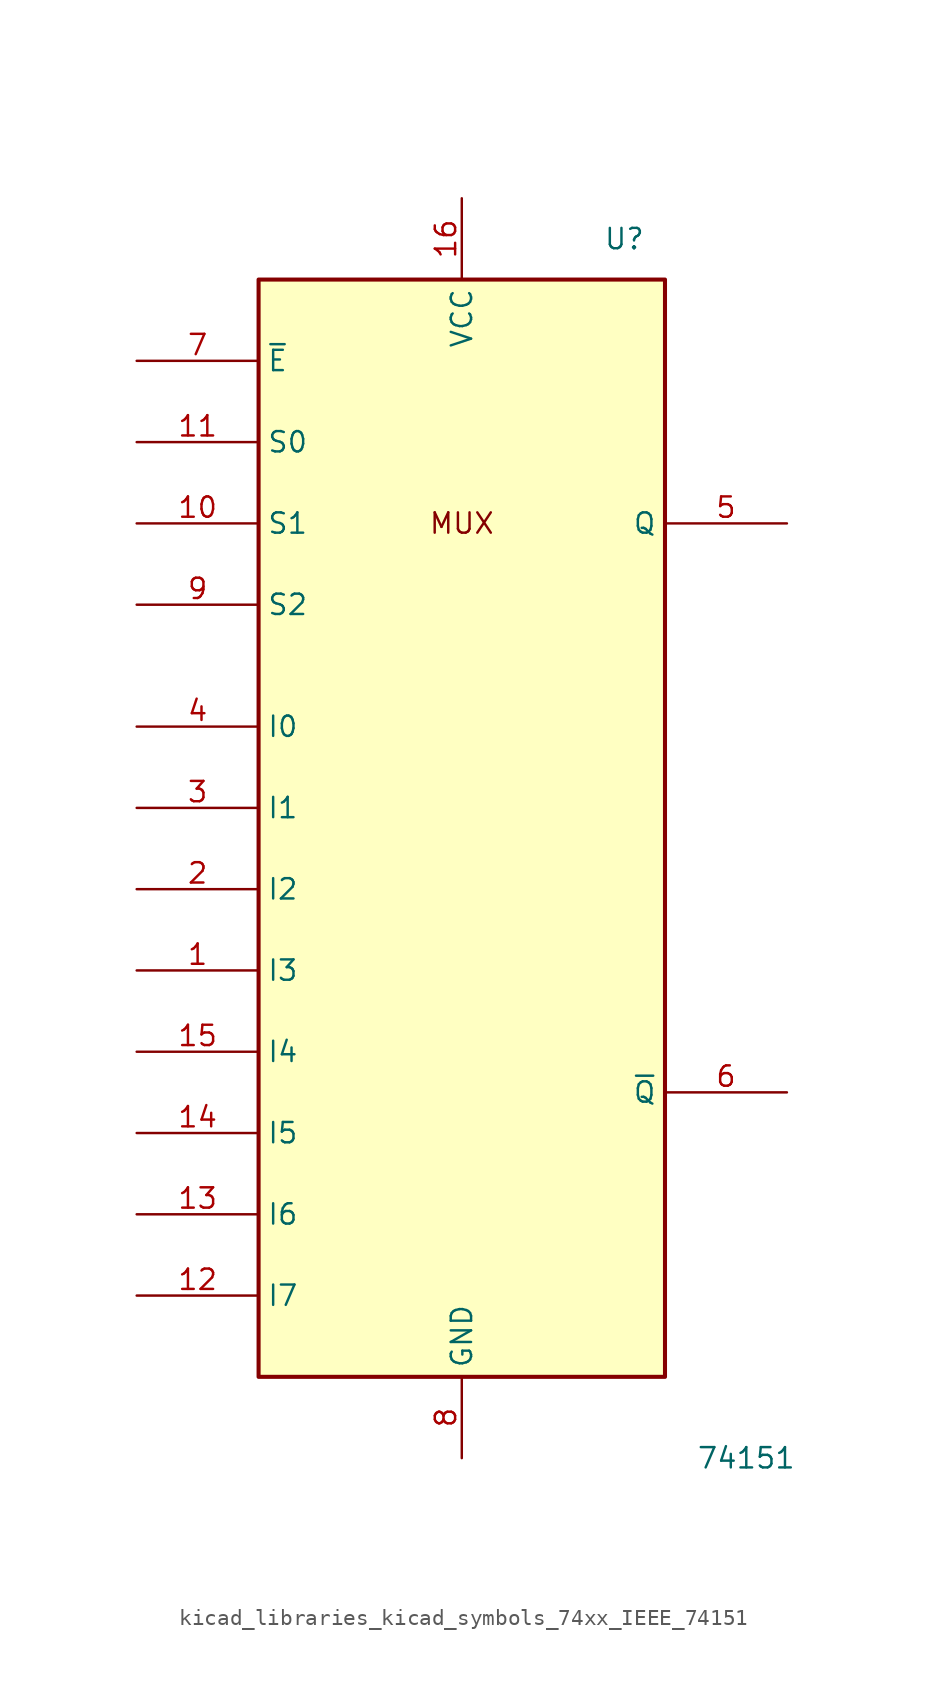
<source format=kicad_sym>
(kicad_symbol_lib
  (version 20220914)
  (generator kicad_symbol_editor)
  (symbol "kicad_libraries_kicad_symbols_74xx_IEEE_74151"
    (property "Reference" "U"
      (at 10.16 35.56 0)
      (effects (font (size 1.27 1.27))))
    (property "Value" "74151"
      (at 17.78 -40.64 0)
      (effects (font (size 1.27 1.27))))
    (symbol "kicad_libraries_kicad_symbols_74xx_IEEE_74151_0_0"
      (rectangle (start -12.7 33.02) (end 12.7 -35.56) (stroke (width 0.254) (type default)) (fill (type background)))
      (text "MUX" (at 0 17.78 0) (effects (font (size 1.27 1.27))))
      (pin power_in line (at 0 38.1 270) (length 5.08) (name "VCC" (effects (font (size 1.27 1.27)))) (number "16" (effects (font (size 1.27 1.27)))))
      (pin power_in line (at 0 -40.64 90) (length 5.08) (name "GND" (effects (font (size 1.27 1.27)))) (number "8" (effects (font (size 1.27 1.27))))))
    (symbol "kicad_libraries_kicad_symbols_74xx_IEEE_74151_1_1"
      (pin input line (at -20.32 -10.16 0) (length 7.62) (name "I3" (effects (font (size 1.27 1.27)))) (number "1" (effects (font (size 1.27 1.27)))))
      (pin input line (at -20.32 17.78 0) (length 7.62) (name "S1" (effects (font (size 1.27 1.27)))) (number "10" (effects (font (size 1.27 1.27)))))
      (pin input line (at -20.32 22.86 0) (length 7.62) (name "S0" (effects (font (size 1.27 1.27)))) (number "11" (effects (font (size 1.27 1.27)))))
      (pin input line (at -20.32 -30.48 0) (length 7.62) (name "I7" (effects (font (size 1.27 1.27)))) (number "12" (effects (font (size 1.27 1.27)))))
      (pin input line (at -20.32 -25.4 0) (length 7.62) (name "I6" (effects (font (size 1.27 1.27)))) (number "13" (effects (font (size 1.27 1.27)))))
      (pin input line (at -20.32 -20.32 0) (length 7.62) (name "I5" (effects (font (size 1.27 1.27)))) (number "14" (effects (font (size 1.27 1.27)))))
      (pin input line (at -20.32 -15.24 0) (length 7.62) (name "I4" (effects (font (size 1.27 1.27)))) (number "15" (effects (font (size 1.27 1.27)))))
      (pin input line (at -20.32 -5.08 0) (length 7.62) (name "I2" (effects (font (size 1.27 1.27)))) (number "2" (effects (font (size 1.27 1.27)))))
      (pin input line (at -20.32 0 0) (length 7.62) (name "I1" (effects (font (size 1.27 1.27)))) (number "3" (effects (font (size 1.27 1.27)))))
      (pin input line (at -20.32 5.08 0) (length 7.62) (name "I0" (effects (font (size 1.27 1.27)))) (number "4" (effects (font (size 1.27 1.27)))))
      (pin output line (at 20.32 17.78 180) (length 7.62) (name "Q" (effects (font (size 1.27 1.27)))) (number "5" (effects (font (size 1.27 1.27)))))
      (pin output line (at 20.32 -17.78 180) (length 7.62) (name "~{Q}" (effects (font (size 1.27 1.27)))) (number "6" (effects (font (size 1.27 1.27)))))
      (pin input line (at -20.32 27.94 0) (length 7.62) (name "~{E}" (effects (font (size 1.27 1.27)))) (number "7" (effects (font (size 1.27 1.27)))))
      (pin input line (at -20.32 12.7 0) (length 7.62) (name "S2" (effects (font (size 1.27 1.27)))) (number "9" (effects (font (size 1.27 1.27))))))))
</source>
